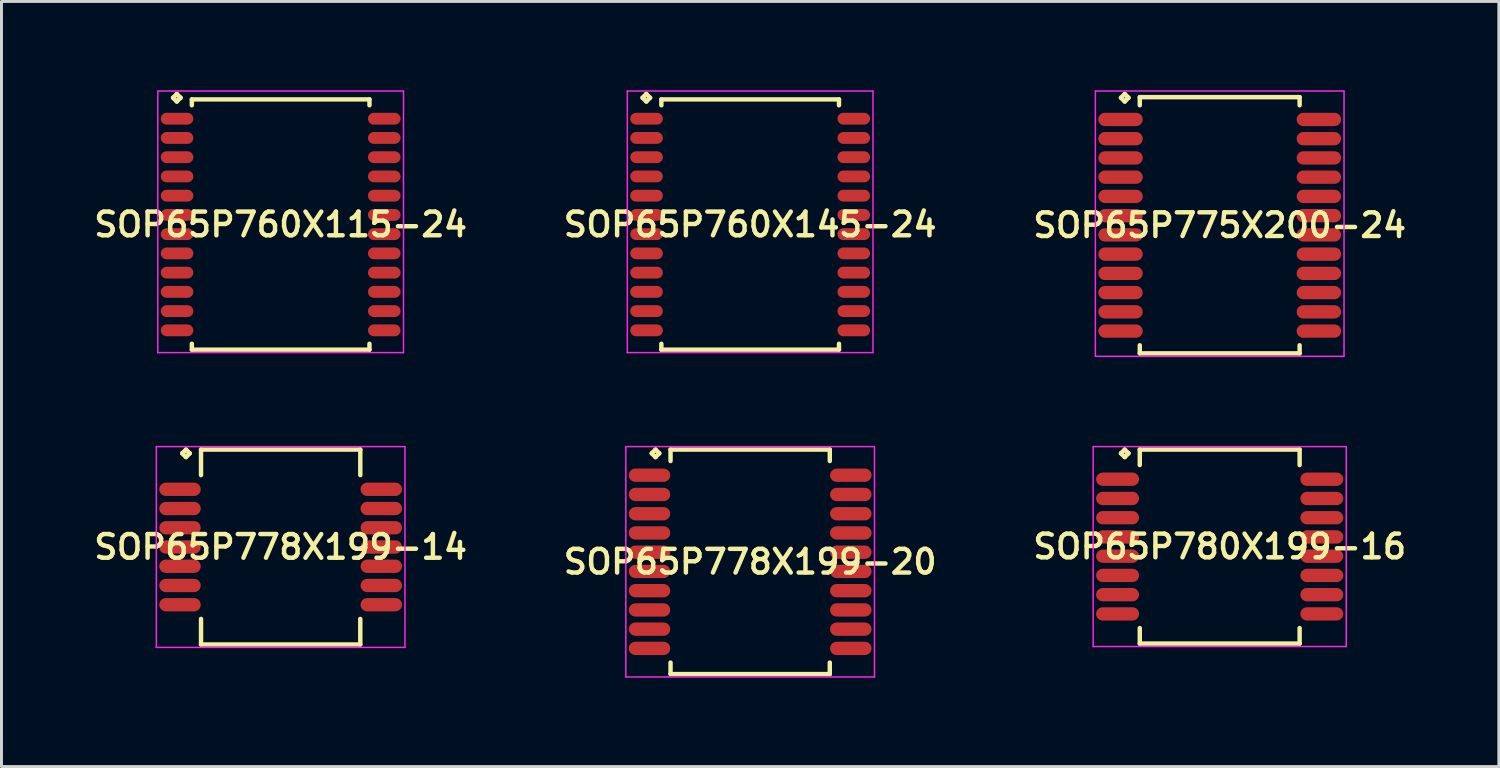
<source format=kicad_pcb>
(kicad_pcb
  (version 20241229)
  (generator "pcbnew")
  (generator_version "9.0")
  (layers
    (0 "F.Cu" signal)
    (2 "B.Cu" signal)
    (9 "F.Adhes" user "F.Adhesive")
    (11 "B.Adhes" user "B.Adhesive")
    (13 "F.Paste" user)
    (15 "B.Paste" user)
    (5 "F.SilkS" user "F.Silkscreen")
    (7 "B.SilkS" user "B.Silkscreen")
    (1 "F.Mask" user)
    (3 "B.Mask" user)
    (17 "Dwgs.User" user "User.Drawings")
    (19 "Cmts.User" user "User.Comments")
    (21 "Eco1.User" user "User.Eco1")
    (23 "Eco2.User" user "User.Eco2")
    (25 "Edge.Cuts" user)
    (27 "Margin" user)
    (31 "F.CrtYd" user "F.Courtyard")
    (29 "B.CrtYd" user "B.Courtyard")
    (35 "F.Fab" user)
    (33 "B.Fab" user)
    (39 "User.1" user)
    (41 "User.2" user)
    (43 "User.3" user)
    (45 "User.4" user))
  (footprint "SOP65P780X199-16"
    (layer "F.Cu")
    (at 38.154 15.414)
    (property "Reference" "SOP65P780X199-16" (at 0 0 0) (layer "F.SilkS") (effects (font (size 0.8 0.8) (thickness 0.15))))
    (attr smd)
    (fp_line (start -3.335 -3.15) (end -3.208 -3.277) (stroke (width 0.15) (type solid)) (layer "F.SilkS"))
    (fp_line (start -3.208 -3.277) (end -3.081 -3.15) (stroke (width 0.15) (type solid)) (layer "F.SilkS"))
    (fp_line (start -3.208 -3.023) (end -3.335 -3.15) (stroke (width 0.15) (type solid)) (layer "F.SilkS"))
    (fp_line (start -3.081 -3.15) (end -3.208 -3.023) (stroke (width 0.15) (type solid)) (layer "F.SilkS"))
    (fp_line (start -2.7 -3.277) (end 2.7 -3.277) (stroke (width 0.15) (type solid)) (layer "F.SilkS"))
    (fp_line (start -2.7 -2.754) (end -2.7 -3.277) (stroke (width 0.15) (type solid)) (layer "F.SilkS"))
    (fp_line (start -2.7 2.754) (end -2.7 3.277) (stroke (width 0.15) (type solid)) (layer "F.SilkS"))
    (fp_line (start -2.7 3.277) (end 2.7 3.277) (stroke (width 0.15) (type solid)) (layer "F.SilkS"))
    (fp_line (start 2.7 -3.277) (end 2.7 -2.754) (stroke (width 0.15) (type solid)) (layer "F.SilkS"))
    (fp_line (start 2.7 3.277) (end 2.7 2.754) (stroke (width 0.15) (type solid)) (layer "F.SilkS"))
    (fp_line (start -4.275 -3.377) (end 4.275 -3.377) (stroke (width 0.05) (type solid)) (layer "F.CrtYd"))
    (fp_line (start -4.275 3.377) (end -4.275 -3.377) (stroke (width 0.05) (type solid)) (layer "F.CrtYd"))
    (fp_line (start 4.275 -3.377) (end 4.275 3.377) (stroke (width 0.05) (type solid)) (layer "F.CrtYd"))
    (fp_line (start 4.275 3.377) (end -4.275 3.377) (stroke (width 0.05) (type solid)) (layer "F.CrtYd"))
    (pad "1" smd oval (at -3.45 -2.275) (size 1.45 0.45) (layers "F.Cu" "F.Mask" "F.Paste"))
    (pad "2" smd oval (at -3.45 -1.625) (size 1.45 0.45) (layers "F.Cu" "F.Mask" "F.Paste"))
    (pad "3" smd oval (at -3.45 -0.975) (size 1.45 0.45) (layers "F.Cu" "F.Mask" "F.Paste"))
    (pad "4" smd oval (at -3.45 -0.325) (size 1.45 0.45) (layers "F.Cu" "F.Mask" "F.Paste"))
    (pad "5" smd oval (at -3.45 0.325) (size 1.45 0.45) (layers "F.Cu" "F.Mask" "F.Paste"))
    (pad "6" smd oval (at -3.45 0.975) (size 1.45 0.45) (layers "F.Cu" "F.Mask" "F.Paste"))
    (pad "7" smd oval (at -3.45 1.625) (size 1.45 0.45) (layers "F.Cu" "F.Mask" "F.Paste"))
    (pad "8" smd oval (at -3.45 2.275) (size 1.45 0.45) (layers "F.Cu" "F.Mask" "F.Paste"))
    (pad "9" smd oval (at 3.45 2.275) (size 1.45 0.45) (layers "F.Cu" "F.Mask" "F.Paste"))
    (pad "10" smd oval (at 3.45 1.625) (size 1.45 0.45) (layers "F.Cu" "F.Mask" "F.Paste"))
    (pad "11" smd oval (at 3.45 0.975) (size 1.45 0.45) (layers "F.Cu" "F.Mask" "F.Paste"))
    (pad "12" smd oval (at 3.45 0.325) (size 1.45 0.45) (layers "F.Cu" "F.Mask" "F.Paste"))
    (pad "13" smd oval (at 3.45 -0.325) (size 1.45 0.45) (layers "F.Cu" "F.Mask" "F.Paste"))
    (pad "14" smd oval (at 3.45 -0.975) (size 1.45 0.45) (layers "F.Cu" "F.Mask" "F.Paste"))
    (pad "15" smd oval (at 3.45 -1.625) (size 1.45 0.45) (layers "F.Cu" "F.Mask" "F.Paste"))
    (pad "16" smd oval (at 3.45 -2.275) (size 1.45 0.45) (layers "F.Cu" "F.Mask" "F.Paste")))
  (footprint "SOP65P760X145-24"
    (layer "F.Cu")
    (at 22.292 4.535)
    (property "Reference" "SOP65P760X145-24" (at 0 0 0) (layer "F.SilkS") (effects (font (size 0.8 0.8) (thickness 0.15))))
    (attr smd)
    (fp_line (start -3.635 -4.283) (end -3.508 -4.41) (stroke (width 0.15) (type solid)) (layer "F.SilkS"))
    (fp_line (start -3.508 -4.41) (end -3.381 -4.283) (stroke (width 0.15) (type solid)) (layer "F.SilkS"))
    (fp_line (start -3.508 -4.156) (end -3.635 -4.283) (stroke (width 0.15) (type solid)) (layer "F.SilkS"))
    (fp_line (start -3.381 -4.283) (end -3.508 -4.156) (stroke (width 0.15) (type solid)) (layer "F.SilkS"))
    (fp_line (start -3 -4.227) (end 3 -4.227) (stroke (width 0.15) (type solid)) (layer "F.SilkS"))
    (fp_line (start -3 -4.029) (end -3 -4.227) (stroke (width 0.15) (type solid)) (layer "F.SilkS"))
    (fp_line (start -3 4.029) (end -3 4.227) (stroke (width 0.15) (type solid)) (layer "F.SilkS"))
    (fp_line (start -3 4.227) (end 3 4.227) (stroke (width 0.15) (type solid)) (layer "F.SilkS"))
    (fp_line (start 3 -4.227) (end 3 -4.029) (stroke (width 0.15) (type solid)) (layer "F.SilkS"))
    (fp_line (start 3 4.227) (end 3 4.029) (stroke (width 0.15) (type solid)) (layer "F.SilkS"))
    (fp_line (start -4.15 -4.51) (end 4.15 -4.51) (stroke (width 0.05) (type solid)) (layer "F.CrtYd"))
    (fp_line (start -4.15 4.327) (end -4.15 -4.51) (stroke (width 0.05) (type solid)) (layer "F.CrtYd"))
    (fp_line (start 4.15 -4.51) (end 4.15 4.327) (stroke (width 0.05) (type solid)) (layer "F.CrtYd"))
    (fp_line (start 4.15 4.327) (end -4.15 4.327) (stroke (width 0.05) (type solid)) (layer "F.CrtYd"))
    (pad "1" smd oval (at -3.5 -3.575) (size 1.1 0.4) (layers "F.Cu" "F.Mask" "F.Paste"))
    (pad "2" smd oval (at -3.5 -2.925) (size 1.1 0.4) (layers "F.Cu" "F.Mask" "F.Paste"))
    (pad "3" smd oval (at -3.5 -2.275) (size 1.1 0.4) (layers "F.Cu" "F.Mask" "F.Paste"))
    (pad "4" smd oval (at -3.5 -1.625) (size 1.1 0.4) (layers "F.Cu" "F.Mask" "F.Paste"))
    (pad "5" smd oval (at -3.5 -0.975) (size 1.1 0.4) (layers "F.Cu" "F.Mask" "F.Paste"))
    (pad "6" smd oval (at -3.5 -0.325) (size 1.1 0.4) (layers "F.Cu" "F.Mask" "F.Paste"))
    (pad "7" smd oval (at -3.5 0.325) (size 1.1 0.4) (layers "F.Cu" "F.Mask" "F.Paste"))
    (pad "8" smd oval (at -3.5 0.975) (size 1.1 0.4) (layers "F.Cu" "F.Mask" "F.Paste"))
    (pad "9" smd oval (at -3.5 1.625) (size 1.1 0.4) (layers "F.Cu" "F.Mask" "F.Paste"))
    (pad "10" smd oval (at -3.5 2.275) (size 1.1 0.4) (layers "F.Cu" "F.Mask" "F.Paste"))
    (pad "11" smd oval (at -3.5 2.925) (size 1.1 0.4) (layers "F.Cu" "F.Mask" "F.Paste"))
    (pad "12" smd oval (at -3.5 3.575) (size 1.1 0.4) (layers "F.Cu" "F.Mask" "F.Paste"))
    (pad "13" smd oval (at 3.5 3.575) (size 1.1 0.4) (layers "F.Cu" "F.Mask" "F.Paste"))
    (pad "14" smd oval (at 3.5 2.925) (size 1.1 0.4) (layers "F.Cu" "F.Mask" "F.Paste"))
    (pad "15" smd oval (at 3.5 2.275) (size 1.1 0.4) (layers "F.Cu" "F.Mask" "F.Paste"))
    (pad "16" smd oval (at 3.5 1.625) (size 1.1 0.4) (layers "F.Cu" "F.Mask" "F.Paste"))
    (pad "17" smd oval (at 3.5 0.975) (size 1.1 0.4) (layers "F.Cu" "F.Mask" "F.Paste"))
    (pad "18" smd oval (at 3.5 0.325) (size 1.1 0.4) (layers "F.Cu" "F.Mask" "F.Paste"))
    (pad "19" smd oval (at 3.5 -0.325) (size 1.1 0.4) (layers "F.Cu" "F.Mask" "F.Paste"))
    (pad "20" smd oval (at 3.5 -0.975) (size 1.1 0.4) (layers "F.Cu" "F.Mask" "F.Paste"))
    (pad "21" smd oval (at 3.5 -1.625) (size 1.1 0.4) (layers "F.Cu" "F.Mask" "F.Paste"))
    (pad "22" smd oval (at 3.5 -2.275) (size 1.1 0.4) (layers "F.Cu" "F.Mask" "F.Paste"))
    (pad "23" smd oval (at 3.5 -2.925) (size 1.1 0.4) (layers "F.Cu" "F.Mask" "F.Paste"))
    (pad "24" smd oval (at 3.5 -3.575) (size 1.1 0.4) (layers "F.Cu" "F.Mask" "F.Paste")))
  (footprint "SOP65P775X200-24"
    (layer "F.Cu")
    (at 38.154 4.56)
    (property "Reference" "SOP65P775X200-24" (at 0 0 0) (layer "F.SilkS") (effects (font (size 0.8 0.8) (thickness 0.15))))
    (attr smd)
    (fp_line (start -3.335 -4.308) (end -3.208 -4.435) (stroke (width 0.15) (type solid)) (layer "F.SilkS"))
    (fp_line (start -3.208 -4.435) (end -3.081 -4.308) (stroke (width 0.15) (type solid)) (layer "F.SilkS"))
    (fp_line (start -3.208 -4.181) (end -3.335 -4.308) (stroke (width 0.15) (type solid)) (layer "F.SilkS"))
    (fp_line (start -3.081 -4.308) (end -3.208 -4.181) (stroke (width 0.15) (type solid)) (layer "F.SilkS"))
    (fp_line (start -2.7 -4.327) (end 2.7 -4.327) (stroke (width 0.15) (type solid)) (layer "F.SilkS"))
    (fp_line (start -2.7 -4.054) (end -2.7 -4.327) (stroke (width 0.15) (type solid)) (layer "F.SilkS"))
    (fp_line (start -2.7 4.054) (end -2.7 4.327) (stroke (width 0.15) (type solid)) (layer "F.SilkS"))
    (fp_line (start -2.7 4.327) (end 2.7 4.327) (stroke (width 0.15) (type solid)) (layer "F.SilkS"))
    (fp_line (start 2.7 -4.327) (end 2.7 -4.054) (stroke (width 0.15) (type solid)) (layer "F.SilkS"))
    (fp_line (start 2.7 4.327) (end 2.7 4.054) (stroke (width 0.15) (type solid)) (layer "F.SilkS"))
    (fp_line (start -4.2 -4.535) (end 4.2 -4.535) (stroke (width 0.05) (type solid)) (layer "F.CrtYd"))
    (fp_line (start -4.2 4.427) (end -4.2 -4.535) (stroke (width 0.05) (type solid)) (layer "F.CrtYd"))
    (fp_line (start 4.2 -4.535) (end 4.2 4.427) (stroke (width 0.05) (type solid)) (layer "F.CrtYd"))
    (fp_line (start 4.2 4.427) (end -4.2 4.427) (stroke (width 0.05) (type solid)) (layer "F.CrtYd"))
    (pad "1" smd oval (at -3.35 -3.575) (size 1.5 0.45) (layers "F.Cu" "F.Mask" "F.Paste"))
    (pad "2" smd oval (at -3.35 -2.925) (size 1.5 0.45) (layers "F.Cu" "F.Mask" "F.Paste"))
    (pad "3" smd oval (at -3.35 -2.275) (size 1.5 0.45) (layers "F.Cu" "F.Mask" "F.Paste"))
    (pad "4" smd oval (at -3.35 -1.625) (size 1.5 0.45) (layers "F.Cu" "F.Mask" "F.Paste"))
    (pad "5" smd oval (at -3.35 -0.975) (size 1.5 0.45) (layers "F.Cu" "F.Mask" "F.Paste"))
    (pad "6" smd oval (at -3.35 -0.325) (size 1.5 0.45) (layers "F.Cu" "F.Mask" "F.Paste"))
    (pad "7" smd oval (at -3.35 0.325) (size 1.5 0.45) (layers "F.Cu" "F.Mask" "F.Paste"))
    (pad "8" smd oval (at -3.35 0.975) (size 1.5 0.45) (layers "F.Cu" "F.Mask" "F.Paste"))
    (pad "9" smd oval (at -3.35 1.625) (size 1.5 0.45) (layers "F.Cu" "F.Mask" "F.Paste"))
    (pad "10" smd oval (at -3.35 2.275) (size 1.5 0.45) (layers "F.Cu" "F.Mask" "F.Paste"))
    (pad "11" smd oval (at -3.35 2.925) (size 1.5 0.45) (layers "F.Cu" "F.Mask" "F.Paste"))
    (pad "12" smd oval (at -3.35 3.575) (size 1.5 0.45) (layers "F.Cu" "F.Mask" "F.Paste"))
    (pad "13" smd oval (at 3.35 3.575) (size 1.5 0.45) (layers "F.Cu" "F.Mask" "F.Paste"))
    (pad "14" smd oval (at 3.35 2.925) (size 1.5 0.45) (layers "F.Cu" "F.Mask" "F.Paste"))
    (pad "15" smd oval (at 3.35 2.275) (size 1.5 0.45) (layers "F.Cu" "F.Mask" "F.Paste"))
    (pad "16" smd oval (at 3.35 1.625) (size 1.5 0.45) (layers "F.Cu" "F.Mask" "F.Paste"))
    (pad "17" smd oval (at 3.35 0.975) (size 1.5 0.45) (layers "F.Cu" "F.Mask" "F.Paste"))
    (pad "18" smd oval (at 3.35 0.325) (size 1.5 0.45) (layers "F.Cu" "F.Mask" "F.Paste"))
    (pad "19" smd oval (at 3.35 -0.325) (size 1.5 0.45) (layers "F.Cu" "F.Mask" "F.Paste"))
    (pad "20" smd oval (at 3.35 -0.975) (size 1.5 0.45) (layers "F.Cu" "F.Mask" "F.Paste"))
    (pad "21" smd oval (at 3.35 -1.625) (size 1.5 0.45) (layers "F.Cu" "F.Mask" "F.Paste"))
    (pad "22" smd oval (at 3.35 -2.275) (size 1.5 0.45) (layers "F.Cu" "F.Mask" "F.Paste"))
    (pad "23" smd oval (at 3.35 -2.925) (size 1.5 0.45) (layers "F.Cu" "F.Mask" "F.Paste"))
    (pad "24" smd oval (at 3.35 -3.575) (size 1.5 0.45) (layers "F.Cu" "F.Mask" "F.Paste")))
  (footprint "SOP65P778X199-20"
    (layer "F.Cu")
    (at 22.292 15.929)
    (property "Reference" "SOP65P778X199-20" (at 0 0 0) (layer "F.SilkS") (effects (font (size 0.8 0.8) (thickness 0.15))))
    (attr smd)
    (fp_line (start -3.325 -3.665) (end -3.198 -3.792) (stroke (width 0.15) (type solid)) (layer "F.SilkS"))
    (fp_line (start -3.198 -3.792) (end -3.071 -3.665) (stroke (width 0.15) (type solid)) (layer "F.SilkS"))
    (fp_line (start -3.198 -3.538) (end -3.325 -3.665) (stroke (width 0.15) (type solid)) (layer "F.SilkS"))
    (fp_line (start -3.071 -3.665) (end -3.198 -3.538) (stroke (width 0.15) (type solid)) (layer "F.SilkS"))
    (fp_line (start -2.69 -3.792) (end 2.69 -3.792) (stroke (width 0.15) (type solid)) (layer "F.SilkS"))
    (fp_line (start -2.69 -3.404) (end -2.69 -3.792) (stroke (width 0.15) (type solid)) (layer "F.SilkS"))
    (fp_line (start -2.69 3.404) (end -2.69 3.792) (stroke (width 0.15) (type solid)) (layer "F.SilkS"))
    (fp_line (start -2.69 3.792) (end 2.69 3.792) (stroke (width 0.15) (type solid)) (layer "F.SilkS"))
    (fp_line (start 2.69 -3.792) (end 2.69 -3.404) (stroke (width 0.15) (type solid)) (layer "F.SilkS"))
    (fp_line (start 2.69 3.792) (end 2.69 3.404) (stroke (width 0.15) (type solid)) (layer "F.SilkS"))
    (fp_line (start -4.2 -3.892) (end 4.2 -3.892) (stroke (width 0.05) (type solid)) (layer "F.CrtYd"))
    (fp_line (start -4.2 3.892) (end -4.2 -3.892) (stroke (width 0.05) (type solid)) (layer "F.CrtYd"))
    (fp_line (start 4.2 -3.892) (end 4.2 3.892) (stroke (width 0.05) (type solid)) (layer "F.CrtYd"))
    (fp_line (start 4.2 3.892) (end -4.2 3.892) (stroke (width 0.05) (type solid)) (layer "F.CrtYd"))
    (pad "1" smd oval (at -3.4 -2.925) (size 1.4 0.45) (layers "F.Cu" "F.Mask" "F.Paste"))
    (pad "2" smd oval (at -3.4 -2.275) (size 1.4 0.45) (layers "F.Cu" "F.Mask" "F.Paste"))
    (pad "3" smd oval (at -3.4 -1.625) (size 1.4 0.45) (layers "F.Cu" "F.Mask" "F.Paste"))
    (pad "4" smd oval (at -3.4 -0.975) (size 1.4 0.45) (layers "F.Cu" "F.Mask" "F.Paste"))
    (pad "5" smd oval (at -3.4 -0.325) (size 1.4 0.45) (layers "F.Cu" "F.Mask" "F.Paste"))
    (pad "6" smd oval (at -3.4 0.325) (size 1.4 0.45) (layers "F.Cu" "F.Mask" "F.Paste"))
    (pad "7" smd oval (at -3.4 0.975) (size 1.4 0.45) (layers "F.Cu" "F.Mask" "F.Paste"))
    (pad "8" smd oval (at -3.4 1.625) (size 1.4 0.45) (layers "F.Cu" "F.Mask" "F.Paste"))
    (pad "9" smd oval (at -3.4 2.275) (size 1.4 0.45) (layers "F.Cu" "F.Mask" "F.Paste"))
    (pad "10" smd oval (at -3.4 2.925) (size 1.4 0.45) (layers "F.Cu" "F.Mask" "F.Paste"))
    (pad "11" smd oval (at 3.4 2.925) (size 1.4 0.45) (layers "F.Cu" "F.Mask" "F.Paste"))
    (pad "12" smd oval (at 3.4 2.275) (size 1.4 0.45) (layers "F.Cu" "F.Mask" "F.Paste"))
    (pad "13" smd oval (at 3.4 1.625) (size 1.4 0.45) (layers "F.Cu" "F.Mask" "F.Paste"))
    (pad "14" smd oval (at 3.4 0.975) (size 1.4 0.45) (layers "F.Cu" "F.Mask" "F.Paste"))
    (pad "15" smd oval (at 3.4 0.325) (size 1.4 0.45) (layers "F.Cu" "F.Mask" "F.Paste"))
    (pad "16" smd oval (at 3.4 -0.325) (size 1.4 0.45) (layers "F.Cu" "F.Mask" "F.Paste"))
    (pad "17" smd oval (at 3.4 -0.975) (size 1.4 0.45) (layers "F.Cu" "F.Mask" "F.Paste"))
    (pad "18" smd oval (at 3.4 -1.625) (size 1.4 0.45) (layers "F.Cu" "F.Mask" "F.Paste"))
    (pad "19" smd oval (at 3.4 -2.275) (size 1.4 0.45) (layers "F.Cu" "F.Mask" "F.Paste"))
    (pad "20" smd oval (at 3.4 -2.925) (size 1.4 0.45) (layers "F.Cu" "F.Mask" "F.Paste")))
  (footprint "SOP65P778X199-14"
    (layer "F.Cu")
    (at 6.431 15.429)
    (property "Reference" "SOP65P778X199-14" (at 0 0 0) (layer "F.SilkS") (effects (font (size 0.8 0.8) (thickness 0.15))))
    (attr smd)
    (fp_line (start -3.325 -3.165) (end -3.198 -3.292) (stroke (width 0.15) (type solid)) (layer "F.SilkS"))
    (fp_line (start -3.198 -3.292) (end -3.071 -3.165) (stroke (width 0.15) (type solid)) (layer "F.SilkS"))
    (fp_line (start -3.198 -3.038) (end -3.325 -3.165) (stroke (width 0.15) (type solid)) (layer "F.SilkS"))
    (fp_line (start -3.071 -3.165) (end -3.198 -3.038) (stroke (width 0.15) (type solid)) (layer "F.SilkS"))
    (fp_line (start -2.69 -3.292) (end 2.69 -3.292) (stroke (width 0.15) (type solid)) (layer "F.SilkS"))
    (fp_line (start -2.69 -2.429) (end -2.69 -3.292) (stroke (width 0.15) (type solid)) (layer "F.SilkS"))
    (fp_line (start -2.69 2.429) (end -2.69 3.292) (stroke (width 0.15) (type solid)) (layer "F.SilkS"))
    (fp_line (start -2.69 3.292) (end 2.69 3.292) (stroke (width 0.15) (type solid)) (layer "F.SilkS"))
    (fp_line (start 2.69 -3.292) (end 2.69 -2.429) (stroke (width 0.15) (type solid)) (layer "F.SilkS"))
    (fp_line (start 2.69 3.292) (end 2.69 2.429) (stroke (width 0.15) (type solid)) (layer "F.SilkS"))
    (fp_line (start -4.2 -3.392) (end 4.2 -3.392) (stroke (width 0.05) (type solid)) (layer "F.CrtYd"))
    (fp_line (start -4.2 3.392) (end -4.2 -3.392) (stroke (width 0.05) (type solid)) (layer "F.CrtYd"))
    (fp_line (start 4.2 -3.392) (end 4.2 3.392) (stroke (width 0.05) (type solid)) (layer "F.CrtYd"))
    (fp_line (start 4.2 3.392) (end -4.2 3.392) (stroke (width 0.05) (type solid)) (layer "F.CrtYd"))
    (pad "1" smd oval (at -3.4 -1.95) (size 1.4 0.45) (layers "F.Cu" "F.Mask" "F.Paste"))
    (pad "2" smd oval (at -3.4 -1.3) (size 1.4 0.45) (layers "F.Cu" "F.Mask" "F.Paste"))
    (pad "3" smd oval (at -3.4 -0.65) (size 1.4 0.45) (layers "F.Cu" "F.Mask" "F.Paste"))
    (pad "4" smd oval (at -3.4 0) (size 1.4 0.45) (layers "F.Cu" "F.Mask" "F.Paste"))
    (pad "5" smd oval (at -3.4 0.65) (size 1.4 0.45) (layers "F.Cu" "F.Mask" "F.Paste"))
    (pad "6" smd oval (at -3.4 1.3) (size 1.4 0.45) (layers "F.Cu" "F.Mask" "F.Paste"))
    (pad "7" smd oval (at -3.4 1.95) (size 1.4 0.45) (layers "F.Cu" "F.Mask" "F.Paste"))
    (pad "8" smd oval (at 3.4 1.95) (size 1.4 0.45) (layers "F.Cu" "F.Mask" "F.Paste"))
    (pad "9" smd oval (at 3.4 1.3) (size 1.4 0.45) (layers "F.Cu" "F.Mask" "F.Paste"))
    (pad "10" smd oval (at 3.4 0.65) (size 1.4 0.45) (layers "F.Cu" "F.Mask" "F.Paste"))
    (pad "11" smd oval (at 3.4 0) (size 1.4 0.45) (layers "F.Cu" "F.Mask" "F.Paste"))
    (pad "12" smd oval (at 3.4 -0.65) (size 1.4 0.45) (layers "F.Cu" "F.Mask" "F.Paste"))
    (pad "13" smd oval (at 3.4 -1.3) (size 1.4 0.45) (layers "F.Cu" "F.Mask" "F.Paste"))
    (pad "14" smd oval (at 3.4 -1.95) (size 1.4 0.45) (layers "F.Cu" "F.Mask" "F.Paste")))
  (footprint "SOP65P760X115-24"
    (layer "F.Cu")
    (at 6.431 4.535)
    (property "Reference" "SOP65P760X115-24" (at 0 0 0) (layer "F.SilkS") (effects (font (size 0.8 0.8) (thickness 0.15))))
    (attr smd)
    (fp_line (start -3.635 -4.283) (end -3.508 -4.41) (stroke (width 0.15) (type solid)) (layer "F.SilkS"))
    (fp_line (start -3.508 -4.41) (end -3.381 -4.283) (stroke (width 0.15) (type solid)) (layer "F.SilkS"))
    (fp_line (start -3.508 -4.156) (end -3.635 -4.283) (stroke (width 0.15) (type solid)) (layer "F.SilkS"))
    (fp_line (start -3.381 -4.283) (end -3.508 -4.156) (stroke (width 0.15) (type solid)) (layer "F.SilkS"))
    (fp_line (start -3 -4.227) (end 3 -4.227) (stroke (width 0.15) (type solid)) (layer "F.SilkS"))
    (fp_line (start -3 -4.029) (end -3 -4.227) (stroke (width 0.15) (type solid)) (layer "F.SilkS"))
    (fp_line (start -3 4.029) (end -3 4.227) (stroke (width 0.15) (type solid)) (layer "F.SilkS"))
    (fp_line (start -3 4.227) (end 3 4.227) (stroke (width 0.15) (type solid)) (layer "F.SilkS"))
    (fp_line (start 3 -4.227) (end 3 -4.029) (stroke (width 0.15) (type solid)) (layer "F.SilkS"))
    (fp_line (start 3 4.227) (end 3 4.029) (stroke (width 0.15) (type solid)) (layer "F.SilkS"))
    (fp_line (start -4.15 -4.51) (end 4.15 -4.51) (stroke (width 0.05) (type solid)) (layer "F.CrtYd"))
    (fp_line (start -4.15 4.327) (end -4.15 -4.51) (stroke (width 0.05) (type solid)) (layer "F.CrtYd"))
    (fp_line (start 4.15 -4.51) (end 4.15 4.327) (stroke (width 0.05) (type solid)) (layer "F.CrtYd"))
    (fp_line (start 4.15 4.327) (end -4.15 4.327) (stroke (width 0.05) (type solid)) (layer "F.CrtYd"))
    (pad "1" smd oval (at -3.5 -3.575) (size 1.1 0.4) (layers "F.Cu" "F.Mask" "F.Paste"))
    (pad "2" smd oval (at -3.5 -2.925) (size 1.1 0.4) (layers "F.Cu" "F.Mask" "F.Paste"))
    (pad "3" smd oval (at -3.5 -2.275) (size 1.1 0.4) (layers "F.Cu" "F.Mask" "F.Paste"))
    (pad "4" smd oval (at -3.5 -1.625) (size 1.1 0.4) (layers "F.Cu" "F.Mask" "F.Paste"))
    (pad "5" smd oval (at -3.5 -0.975) (size 1.1 0.4) (layers "F.Cu" "F.Mask" "F.Paste"))
    (pad "6" smd oval (at -3.5 -0.325) (size 1.1 0.4) (layers "F.Cu" "F.Mask" "F.Paste"))
    (pad "7" smd oval (at -3.5 0.325) (size 1.1 0.4) (layers "F.Cu" "F.Mask" "F.Paste"))
    (pad "8" smd oval (at -3.5 0.975) (size 1.1 0.4) (layers "F.Cu" "F.Mask" "F.Paste"))
    (pad "9" smd oval (at -3.5 1.625) (size 1.1 0.4) (layers "F.Cu" "F.Mask" "F.Paste"))
    (pad "10" smd oval (at -3.5 2.275) (size 1.1 0.4) (layers "F.Cu" "F.Mask" "F.Paste"))
    (pad "11" smd oval (at -3.5 2.925) (size 1.1 0.4) (layers "F.Cu" "F.Mask" "F.Paste"))
    (pad "12" smd oval (at -3.5 3.575) (size 1.1 0.4) (layers "F.Cu" "F.Mask" "F.Paste"))
    (pad "13" smd oval (at 3.5 3.575) (size 1.1 0.4) (layers "F.Cu" "F.Mask" "F.Paste"))
    (pad "14" smd oval (at 3.5 2.925) (size 1.1 0.4) (layers "F.Cu" "F.Mask" "F.Paste"))
    (pad "15" smd oval (at 3.5 2.275) (size 1.1 0.4) (layers "F.Cu" "F.Mask" "F.Paste"))
    (pad "16" smd oval (at 3.5 1.625) (size 1.1 0.4) (layers "F.Cu" "F.Mask" "F.Paste"))
    (pad "17" smd oval (at 3.5 0.975) (size 1.1 0.4) (layers "F.Cu" "F.Mask" "F.Paste"))
    (pad "18" smd oval (at 3.5 0.325) (size 1.1 0.4) (layers "F.Cu" "F.Mask" "F.Paste"))
    (pad "19" smd oval (at 3.5 -0.325) (size 1.1 0.4) (layers "F.Cu" "F.Mask" "F.Paste"))
    (pad "20" smd oval (at 3.5 -0.975) (size 1.1 0.4) (layers "F.Cu" "F.Mask" "F.Paste"))
    (pad "21" smd oval (at 3.5 -1.625) (size 1.1 0.4) (layers "F.Cu" "F.Mask" "F.Paste"))
    (pad "22" smd oval (at 3.5 -2.275) (size 1.1 0.4) (layers "F.Cu" "F.Mask" "F.Paste"))
    (pad "23" smd oval (at 3.5 -2.925) (size 1.1 0.4) (layers "F.Cu" "F.Mask" "F.Paste"))
    (pad "24" smd oval (at 3.5 -3.575) (size 1.1 0.4) (layers "F.Cu" "F.Mask" "F.Paste")))
  (gr_rect
    (start -3 -3)
    (end 47.584 22.846)
    (stroke (width 0.1) (type default))
    (fill no)
    (layer "Edge.Cuts")))
</source>
